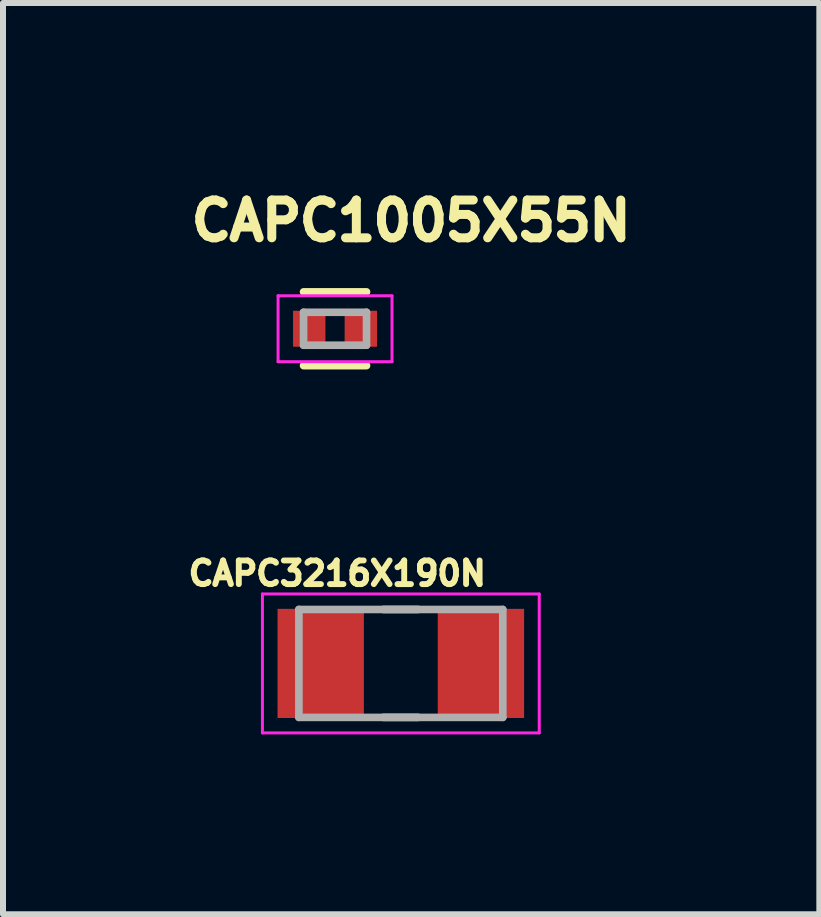
<source format=kicad_pcb>
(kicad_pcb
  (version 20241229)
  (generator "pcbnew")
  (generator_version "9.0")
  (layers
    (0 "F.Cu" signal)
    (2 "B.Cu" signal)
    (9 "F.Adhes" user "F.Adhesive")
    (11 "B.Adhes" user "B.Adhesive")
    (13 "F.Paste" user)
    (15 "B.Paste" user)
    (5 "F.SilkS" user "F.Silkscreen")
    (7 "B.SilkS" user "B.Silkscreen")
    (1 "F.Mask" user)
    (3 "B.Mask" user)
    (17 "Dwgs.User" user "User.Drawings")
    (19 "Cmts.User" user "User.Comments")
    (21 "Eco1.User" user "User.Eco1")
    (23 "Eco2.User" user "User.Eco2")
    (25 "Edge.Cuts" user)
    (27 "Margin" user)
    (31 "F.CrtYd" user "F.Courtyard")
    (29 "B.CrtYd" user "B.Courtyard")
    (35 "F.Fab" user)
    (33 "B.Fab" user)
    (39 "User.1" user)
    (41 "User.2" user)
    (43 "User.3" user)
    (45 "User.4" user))
  (footprint "CAPC3216X190N"
    (layer "F.Cu")
    (at 3.634 8.013)
    (property "Reference" "CAPC3216X190N" (at -1.06 -1.5 0) (layer "F.SilkS") (effects (font (size 0.394 0.394) (thickness 0.15))))
    (attr smd)
    (fp_line (start -0.29 -0.9) (end 0.29 -0.9) (stroke (width 0.127) (type solid)) (layer "F.SilkS"))
    (fp_line (start -0.29 0.9) (end 0.29 0.9) (stroke (width 0.127) (type solid)) (layer "F.SilkS"))
    (fp_line (start -2.308 -1.158) (end 2.308 -1.158) (stroke (width 0.05) (type solid)) (layer "F.CrtYd"))
    (fp_line (start -2.308 1.158) (end -2.308 -1.158) (stroke (width 0.05) (type solid)) (layer "F.CrtYd"))
    (fp_line (start -2.308 1.158) (end 2.308 1.158) (stroke (width 0.05) (type solid)) (layer "F.CrtYd"))
    (fp_line (start 2.308 1.158) (end 2.308 -1.158) (stroke (width 0.05) (type solid)) (layer "F.CrtYd"))
    (fp_line (start -1.7 0.9) (end -1.7 -0.9) (stroke (width 0.127) (type solid)) (layer "F.Fab"))
    (fp_line (start 1.7 -0.9) (end -1.7 -0.9) (stroke (width 0.127) (type solid)) (layer "F.Fab"))
    (fp_line (start 1.7 0.9) (end -1.7 0.9) (stroke (width 0.127) (type solid)) (layer "F.Fab"))
    (fp_line (start 1.7 0.9) (end 1.7 -0.9) (stroke (width 0.127) (type solid)) (layer "F.Fab"))
    (pad "1" smd rect (at -1.336 0) (size 1.44 1.82) (layers "F.Cu" "F.Mask" "F.Paste"))
    (pad "2" smd rect (at 1.336 0) (size 1.44 1.82) (layers "F.Cu" "F.Mask" "F.Paste")))
  (footprint "CAPC1005X55N"
    (layer "F.Cu")
    (at 2.537 2.432)
    (property "Reference" "CAPC1005X55N" (at 1.27 -1.8 0) (layer "F.SilkS") (effects (font (size 0.63 0.63) (thickness 0.15))))
    (attr smd)
    (fp_line (start -0.525 -0.615) (end 0.525 -0.615) (stroke (width 0.127) (type solid)) (layer "F.SilkS"))
    (fp_line (start 0.525 0.615) (end -0.525 0.615) (stroke (width 0.127) (type solid)) (layer "F.SilkS"))
    (fp_line (start -0.95 -0.55) (end 0.95 -0.55) (stroke (width 0.05) (type solid)) (layer "F.CrtYd"))
    (fp_line (start -0.95 0.55) (end -0.95 -0.55) (stroke (width 0.05) (type solid)) (layer "F.CrtYd"))
    (fp_line (start 0.95 -0.55) (end 0.95 0.55) (stroke (width 0.05) (type solid)) (layer "F.CrtYd"))
    (fp_line (start 0.95 0.55) (end -0.95 0.55) (stroke (width 0.05) (type solid)) (layer "F.CrtYd"))
    (fp_line (start -0.525 -0.275) (end 0.525 -0.275) (stroke (width 0.127) (type solid)) (layer "F.Fab"))
    (fp_line (start -0.525 0.275) (end -0.525 -0.275) (stroke (width 0.127) (type solid)) (layer "F.Fab"))
    (fp_line (start 0.525 -0.275) (end 0.525 0.275) (stroke (width 0.127) (type solid)) (layer "F.Fab"))
    (fp_line (start 0.525 0.275) (end -0.525 0.275) (stroke (width 0.127) (type solid)) (layer "F.Fab"))
    (pad "1" smd rect (at -0.43 0) (size 0.54 0.6) (layers "F.Cu" "F.Mask" "F.Paste"))
    (pad "2" smd rect (at 0.43 0) (size 0.54 0.6) (layers "F.Cu" "F.Mask" "F.Paste")))
  (gr_rect
    (start -3 -3)
    (end 10.613 12.196)
    (stroke (width 0.1) (type default))
    (fill no)
    (layer "Edge.Cuts")))
</source>
